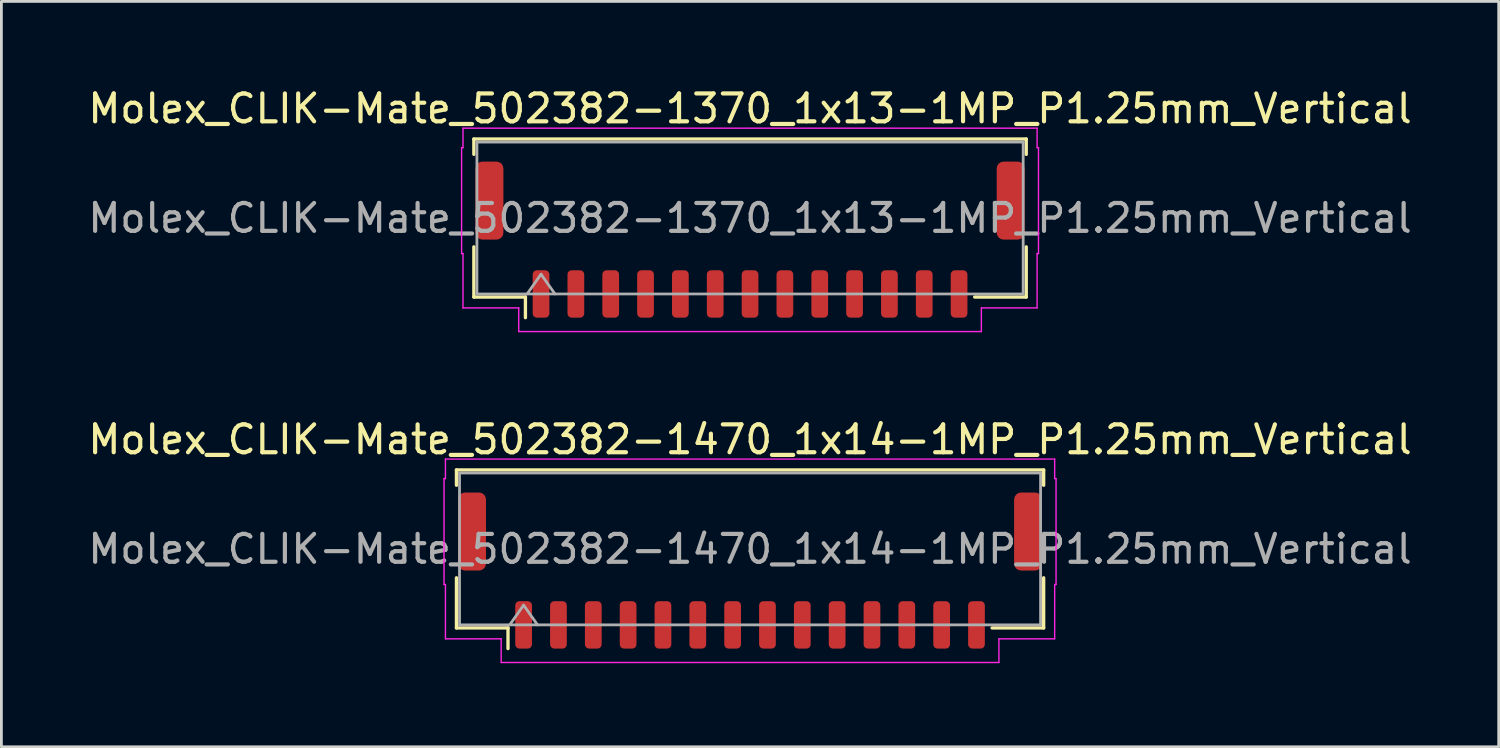
<source format=kicad_pcb>
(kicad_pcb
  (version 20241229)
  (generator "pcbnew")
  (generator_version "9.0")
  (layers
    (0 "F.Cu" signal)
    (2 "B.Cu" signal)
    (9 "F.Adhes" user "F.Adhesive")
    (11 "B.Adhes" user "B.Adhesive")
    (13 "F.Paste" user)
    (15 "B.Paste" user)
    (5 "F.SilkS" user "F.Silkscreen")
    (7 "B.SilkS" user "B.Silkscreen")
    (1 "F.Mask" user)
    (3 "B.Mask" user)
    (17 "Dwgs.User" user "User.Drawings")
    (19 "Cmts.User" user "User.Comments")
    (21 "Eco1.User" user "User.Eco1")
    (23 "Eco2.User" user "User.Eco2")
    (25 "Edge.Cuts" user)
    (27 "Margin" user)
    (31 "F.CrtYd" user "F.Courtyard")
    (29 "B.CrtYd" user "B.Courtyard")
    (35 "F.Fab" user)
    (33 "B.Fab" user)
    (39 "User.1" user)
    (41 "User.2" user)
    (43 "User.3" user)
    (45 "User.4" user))
  (footprint "Molex_CLIK-Mate_502382-1370_1x13-1MP_P1.25mm_Vertical"
    (layer "F.Cu")
    (at 23.863 5.548)
    (property "Reference" "Molex_CLIK-Mate_502382-1370_1x13-1MP_P1.25mm_Vertical" (at 0 -4.7 0) (layer "F.SilkS") (effects (font (size 1 1) (thickness 0.15))))
    (attr smd)
    (fp_line (start -9.91 -3.61) (end 9.91 -3.61) (stroke (width 0.12) (type solid)) (layer "F.SilkS"))
    (fp_line (start -9.91 -3.06) (end -9.91 -3.61) (stroke (width 0.12) (type solid)) (layer "F.SilkS"))
    (fp_line (start -9.91 0.26) (end -9.91 2.06) (stroke (width 0.12) (type solid)) (layer "F.SilkS"))
    (fp_line (start -9.91 2.06) (end -8.06 2.06) (stroke (width 0.12) (type solid)) (layer "F.SilkS"))
    (fp_line (start -8.06 2.06) (end -8.06 2.8) (stroke (width 0.12) (type solid)) (layer "F.SilkS"))
    (fp_line (start 9.91 -3.61) (end 9.91 -3.06) (stroke (width 0.12) (type solid)) (layer "F.SilkS"))
    (fp_line (start 9.91 0.26) (end 9.91 2.06) (stroke (width 0.12) (type solid)) (layer "F.SilkS"))
    (fp_line (start 9.91 2.06) (end 8.06 2.06) (stroke (width 0.12) (type solid)) (layer "F.SilkS"))
    (fp_line (start -10.35 -3.3) (end -10.3 -3.3) (stroke (width 0.05) (type solid)) (layer "F.CrtYd"))
    (fp_line (start -10.35 0.5) (end -10.35 -3.3) (stroke (width 0.05) (type solid)) (layer "F.CrtYd"))
    (fp_line (start -10.3 -4) (end 10.3 -4) (stroke (width 0.05) (type solid)) (layer "F.CrtYd"))
    (fp_line (start -10.3 -3.3) (end -10.3 -4) (stroke (width 0.05) (type solid)) (layer "F.CrtYd"))
    (fp_line (start -10.3 0.5) (end -10.35 0.5) (stroke (width 0.05) (type solid)) (layer "F.CrtYd"))
    (fp_line (start -10.3 2.45) (end -10.3 0.5) (stroke (width 0.05) (type solid)) (layer "F.CrtYd"))
    (fp_line (start -8.3 2.45) (end -10.3 2.45) (stroke (width 0.05) (type solid)) (layer "F.CrtYd"))
    (fp_line (start -8.3 3.3) (end -8.3 2.45) (stroke (width 0.05) (type solid)) (layer "F.CrtYd"))
    (fp_line (start 8.3 2.45) (end 8.3 3.3) (stroke (width 0.05) (type solid)) (layer "F.CrtYd"))
    (fp_line (start 8.3 3.3) (end -8.3 3.3) (stroke (width 0.05) (type solid)) (layer "F.CrtYd"))
    (fp_line (start 10.3 -4) (end 10.3 -3.3) (stroke (width 0.05) (type solid)) (layer "F.CrtYd"))
    (fp_line (start 10.3 -3.3) (end 10.35 -3.3) (stroke (width 0.05) (type solid)) (layer "F.CrtYd"))
    (fp_line (start 10.3 0.5) (end 10.3 2.45) (stroke (width 0.05) (type solid)) (layer "F.CrtYd"))
    (fp_line (start 10.3 2.45) (end 8.3 2.45) (stroke (width 0.05) (type solid)) (layer "F.CrtYd"))
    (fp_line (start 10.35 -3.3) (end 10.35 0.5) (stroke (width 0.05) (type solid)) (layer "F.CrtYd"))
    (fp_line (start 10.35 0.5) (end 10.3 0.5) (stroke (width 0.05) (type solid)) (layer "F.CrtYd"))
    (fp_line (start -9.8 -3.5) (end 9.8 -3.5) (stroke (width 0.1) (type solid)) (layer "F.Fab"))
    (fp_line (start -9.8 1.95) (end -9.8 -3.5) (stroke (width 0.1) (type solid)) (layer "F.Fab"))
    (fp_line (start -9.8 1.95) (end 9.8 1.95) (stroke (width 0.1) (type solid)) (layer "F.Fab"))
    (fp_line (start -8 1.95) (end -7.5 1.243) (stroke (width 0.1) (type solid)) (layer "F.Fab"))
    (fp_line (start -7.5 1.243) (end -7 1.95) (stroke (width 0.1) (type solid)) (layer "F.Fab"))
    (fp_line (start 9.8 1.95) (end 9.8 -3.5) (stroke (width 0.1) (type solid)) (layer "F.Fab"))
    (fp_text user "${REFERENCE}" (at 0 -0.77 0) (layer "F.Fab") (effects (font (size 1 1) (thickness 0.15))))
    (pad "1" smd roundrect (at -7.5 1.95) (size 0.6 1.7) (layers "F.Cu" "F.Mask" "F.Paste") (roundrect_rratio 0.25))
    (pad "2" smd roundrect (at -6.25 1.95) (size 0.6 1.7) (layers "F.Cu" "F.Mask" "F.Paste") (roundrect_rratio 0.25))
    (pad "3" smd roundrect (at -5 1.95) (size 0.6 1.7) (layers "F.Cu" "F.Mask" "F.Paste") (roundrect_rratio 0.25))
    (pad "4" smd roundrect (at -3.75 1.95) (size 0.6 1.7) (layers "F.Cu" "F.Mask" "F.Paste") (roundrect_rratio 0.25))
    (pad "5" smd roundrect (at -2.5 1.95) (size 0.6 1.7) (layers "F.Cu" "F.Mask" "F.Paste") (roundrect_rratio 0.25))
    (pad "6" smd roundrect (at -1.25 1.95) (size 0.6 1.7) (layers "F.Cu" "F.Mask" "F.Paste") (roundrect_rratio 0.25))
    (pad "7" smd roundrect (at 0 1.95) (size 0.6 1.7) (layers "F.Cu" "F.Mask" "F.Paste") (roundrect_rratio 0.25))
    (pad "8" smd roundrect (at 1.25 1.95) (size 0.6 1.7) (layers "F.Cu" "F.Mask" "F.Paste") (roundrect_rratio 0.25))
    (pad "9" smd roundrect (at 2.5 1.95) (size 0.6 1.7) (layers "F.Cu" "F.Mask" "F.Paste") (roundrect_rratio 0.25))
    (pad "10" smd roundrect (at 3.75 1.95) (size 0.6 1.7) (layers "F.Cu" "F.Mask" "F.Paste") (roundrect_rratio 0.25))
    (pad "11" smd roundrect (at 5 1.95) (size 0.6 1.7) (layers "F.Cu" "F.Mask" "F.Paste") (roundrect_rratio 0.25))
    (pad "12" smd roundrect (at 6.25 1.95) (size 0.6 1.7) (layers "F.Cu" "F.Mask" "F.Paste") (roundrect_rratio 0.25))
    (pad "13" smd roundrect (at 7.5 1.95) (size 0.6 1.7) (layers "F.Cu" "F.Mask" "F.Paste") (roundrect_rratio 0.25))
    (pad "MP" smd roundrect (at -9.35 -1.4) (size 1 2.8) (layers "F.Cu" "F.Mask" "F.Paste") (roundrect_rratio 0.25))
    (pad "MP" smd roundrect (at 9.35 -1.4) (size 1 2.8) (layers "F.Cu" "F.Mask" "F.Paste") (roundrect_rratio 0.25)))
  (footprint "Molex_CLIK-Mate_502382-1470_1x14-1MP_P1.25mm_Vertical"
    (layer "F.Cu")
    (at 23.863 17.422)
    (property "Reference" "Molex_CLIK-Mate_502382-1470_1x14-1MP_P1.25mm_Vertical" (at 0 -4.7 0) (layer "F.SilkS") (effects (font (size 1 1) (thickness 0.15))))
    (attr smd)
    (fp_line (start -10.535 -3.61) (end 10.535 -3.61) (stroke (width 0.12) (type solid)) (layer "F.SilkS"))
    (fp_line (start -10.535 -3.06) (end -10.535 -3.61) (stroke (width 0.12) (type solid)) (layer "F.SilkS"))
    (fp_line (start -10.535 0.26) (end -10.535 2.06) (stroke (width 0.12) (type solid)) (layer "F.SilkS"))
    (fp_line (start -10.535 2.06) (end -8.685 2.06) (stroke (width 0.12) (type solid)) (layer "F.SilkS"))
    (fp_line (start -8.685 2.06) (end -8.685 2.8) (stroke (width 0.12) (type solid)) (layer "F.SilkS"))
    (fp_line (start 10.535 -3.61) (end 10.535 -3.06) (stroke (width 0.12) (type solid)) (layer "F.SilkS"))
    (fp_line (start 10.535 0.26) (end 10.535 2.06) (stroke (width 0.12) (type solid)) (layer "F.SilkS"))
    (fp_line (start 10.535 2.06) (end 8.685 2.06) (stroke (width 0.12) (type solid)) (layer "F.SilkS"))
    (fp_line (start -10.98 -3.3) (end -10.93 -3.3) (stroke (width 0.05) (type solid)) (layer "F.CrtYd"))
    (fp_line (start -10.98 0.5) (end -10.98 -3.3) (stroke (width 0.05) (type solid)) (layer "F.CrtYd"))
    (fp_line (start -10.93 -4) (end 10.93 -4) (stroke (width 0.05) (type solid)) (layer "F.CrtYd"))
    (fp_line (start -10.93 -3.3) (end -10.93 -4) (stroke (width 0.05) (type solid)) (layer "F.CrtYd"))
    (fp_line (start -10.93 0.5) (end -10.98 0.5) (stroke (width 0.05) (type solid)) (layer "F.CrtYd"))
    (fp_line (start -10.93 2.45) (end -10.93 0.5) (stroke (width 0.05) (type solid)) (layer "F.CrtYd"))
    (fp_line (start -8.93 2.45) (end -10.93 2.45) (stroke (width 0.05) (type solid)) (layer "F.CrtYd"))
    (fp_line (start -8.93 3.3) (end -8.93 2.45) (stroke (width 0.05) (type solid)) (layer "F.CrtYd"))
    (fp_line (start 8.93 2.45) (end 8.93 3.3) (stroke (width 0.05) (type solid)) (layer "F.CrtYd"))
    (fp_line (start 8.93 3.3) (end -8.93 3.3) (stroke (width 0.05) (type solid)) (layer "F.CrtYd"))
    (fp_line (start 10.93 -4) (end 10.93 -3.3) (stroke (width 0.05) (type solid)) (layer "F.CrtYd"))
    (fp_line (start 10.93 -3.3) (end 10.98 -3.3) (stroke (width 0.05) (type solid)) (layer "F.CrtYd"))
    (fp_line (start 10.93 0.5) (end 10.93 2.45) (stroke (width 0.05) (type solid)) (layer "F.CrtYd"))
    (fp_line (start 10.93 2.45) (end 8.93 2.45) (stroke (width 0.05) (type solid)) (layer "F.CrtYd"))
    (fp_line (start 10.98 -3.3) (end 10.98 0.5) (stroke (width 0.05) (type solid)) (layer "F.CrtYd"))
    (fp_line (start 10.98 0.5) (end 10.93 0.5) (stroke (width 0.05) (type solid)) (layer "F.CrtYd"))
    (fp_line (start -10.425 -3.5) (end 10.425 -3.5) (stroke (width 0.1) (type solid)) (layer "F.Fab"))
    (fp_line (start -10.425 1.95) (end -10.425 -3.5) (stroke (width 0.1) (type solid)) (layer "F.Fab"))
    (fp_line (start -10.425 1.95) (end 10.425 1.95) (stroke (width 0.1) (type solid)) (layer "F.Fab"))
    (fp_line (start -8.625 1.95) (end -8.125 1.243) (stroke (width 0.1) (type solid)) (layer "F.Fab"))
    (fp_line (start -8.125 1.243) (end -7.625 1.95) (stroke (width 0.1) (type solid)) (layer "F.Fab"))
    (fp_line (start 10.425 1.95) (end 10.425 -3.5) (stroke (width 0.1) (type solid)) (layer "F.Fab"))
    (fp_text user "${REFERENCE}" (at 0 -0.77 0) (layer "F.Fab") (effects (font (size 1 1) (thickness 0.15))))
    (pad "1" smd roundrect (at -8.125 1.95) (size 0.6 1.7) (layers "F.Cu" "F.Mask" "F.Paste") (roundrect_rratio 0.25))
    (pad "2" smd roundrect (at -6.875 1.95) (size 0.6 1.7) (layers "F.Cu" "F.Mask" "F.Paste") (roundrect_rratio 0.25))
    (pad "3" smd roundrect (at -5.625 1.95) (size 0.6 1.7) (layers "F.Cu" "F.Mask" "F.Paste") (roundrect_rratio 0.25))
    (pad "4" smd roundrect (at -4.375 1.95) (size 0.6 1.7) (layers "F.Cu" "F.Mask" "F.Paste") (roundrect_rratio 0.25))
    (pad "5" smd roundrect (at -3.125 1.95) (size 0.6 1.7) (layers "F.Cu" "F.Mask" "F.Paste") (roundrect_rratio 0.25))
    (pad "6" smd roundrect (at -1.875 1.95) (size 0.6 1.7) (layers "F.Cu" "F.Mask" "F.Paste") (roundrect_rratio 0.25))
    (pad "7" smd roundrect (at -0.625 1.95) (size 0.6 1.7) (layers "F.Cu" "F.Mask" "F.Paste") (roundrect_rratio 0.25))
    (pad "8" smd roundrect (at 0.625 1.95) (size 0.6 1.7) (layers "F.Cu" "F.Mask" "F.Paste") (roundrect_rratio 0.25))
    (pad "9" smd roundrect (at 1.875 1.95) (size 0.6 1.7) (layers "F.Cu" "F.Mask" "F.Paste") (roundrect_rratio 0.25))
    (pad "10" smd roundrect (at 3.125 1.95) (size 0.6 1.7) (layers "F.Cu" "F.Mask" "F.Paste") (roundrect_rratio 0.25))
    (pad "11" smd roundrect (at 4.375 1.95) (size 0.6 1.7) (layers "F.Cu" "F.Mask" "F.Paste") (roundrect_rratio 0.25))
    (pad "12" smd roundrect (at 5.625 1.95) (size 0.6 1.7) (layers "F.Cu" "F.Mask" "F.Paste") (roundrect_rratio 0.25))
    (pad "13" smd roundrect (at 6.875 1.95) (size 0.6 1.7) (layers "F.Cu" "F.Mask" "F.Paste") (roundrect_rratio 0.25))
    (pad "14" smd roundrect (at 8.125 1.95) (size 0.6 1.7) (layers "F.Cu" "F.Mask" "F.Paste") (roundrect_rratio 0.25))
    (pad "MP" smd roundrect (at -9.975 -1.4) (size 1 2.8) (layers "F.Cu" "F.Mask" "F.Paste") (roundrect_rratio 0.25))
    (pad "MP" smd roundrect (at 9.975 -1.4) (size 1 2.8) (layers "F.Cu" "F.Mask" "F.Paste") (roundrect_rratio 0.25)))
  (gr_rect
    (start -3 -3)
    (end 50.726 23.747)
    (stroke (width 0.1) (type default))
    (fill no)
    (layer "Edge.Cuts")))
</source>
